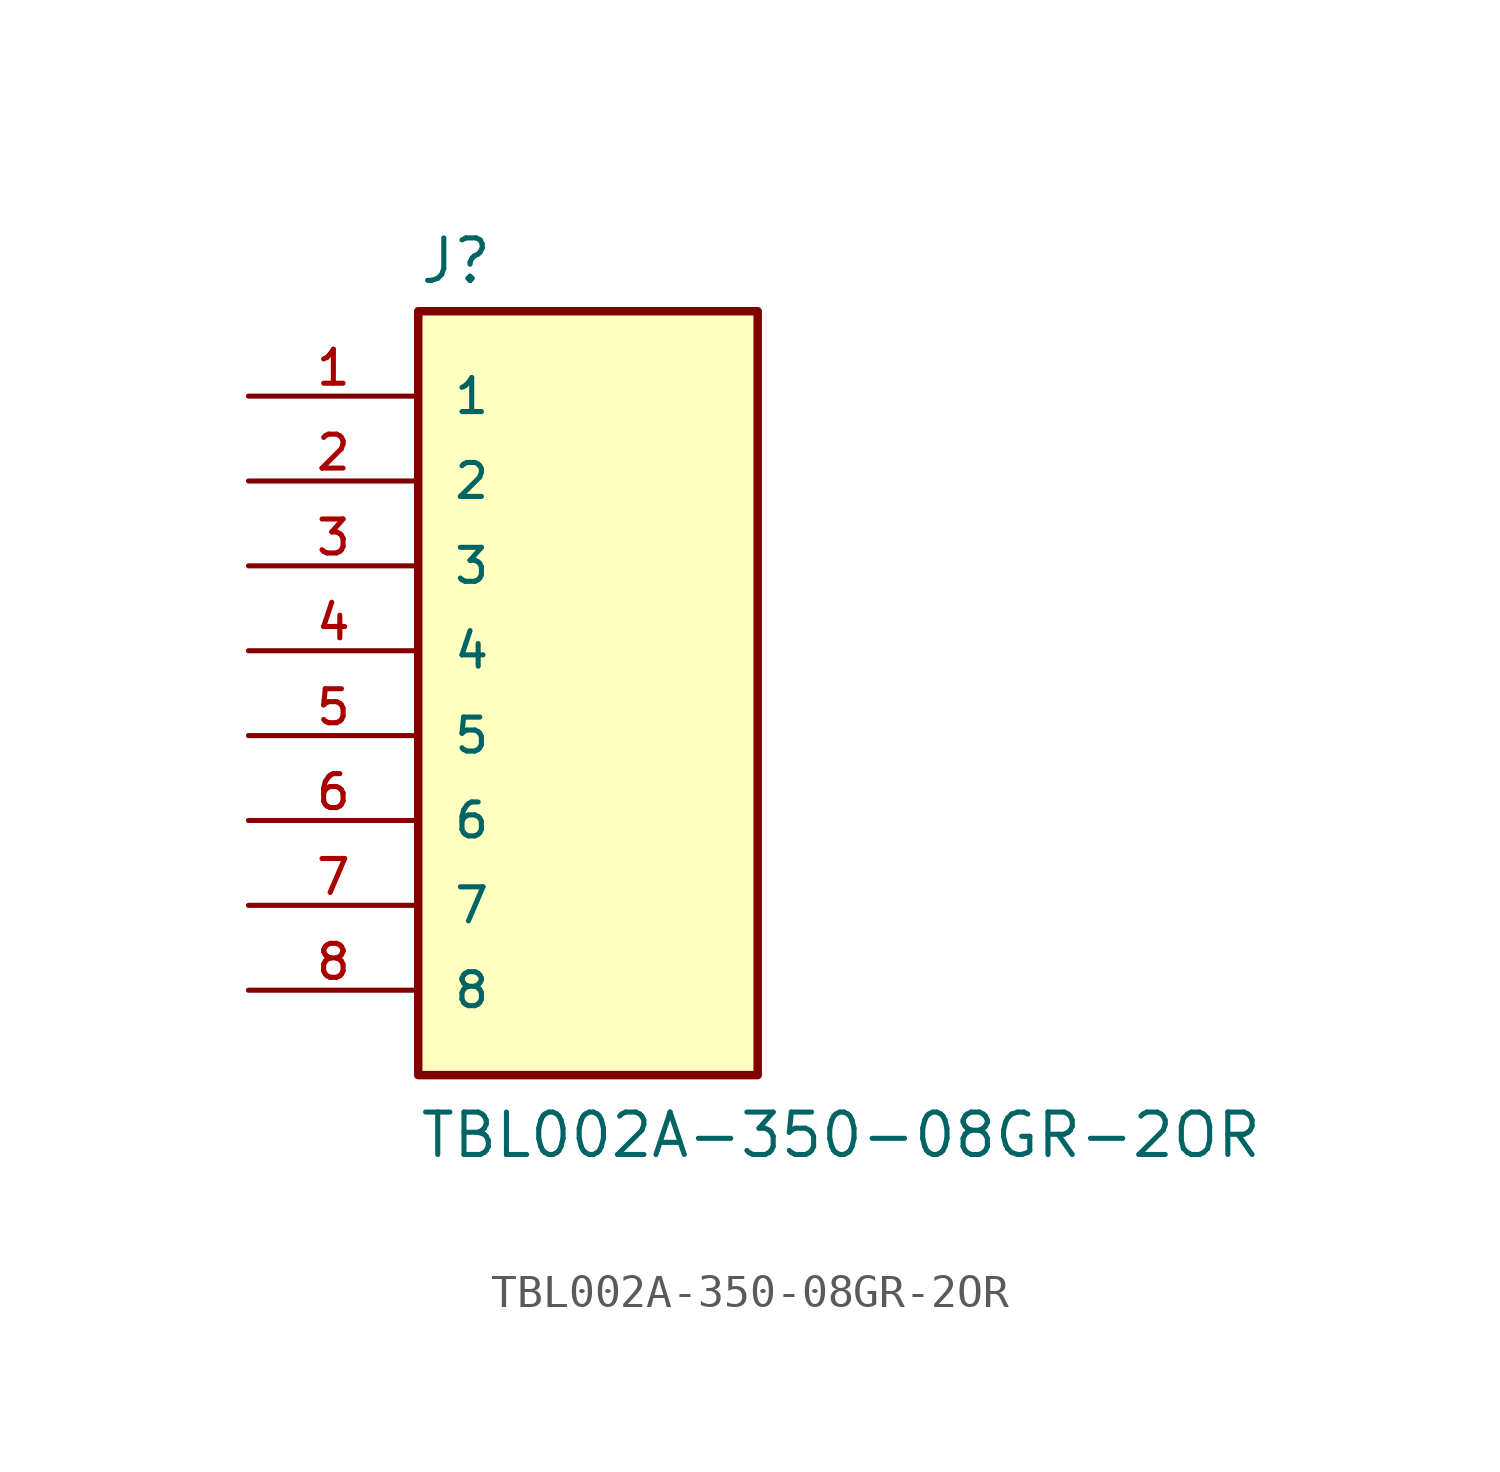
<source format=kicad_sym>
(kicad_symbol_lib
  (version 20211014)
  (generator kicad_symbol_editor)
  (symbol "TBL002A-350-08GR-2OR"
    (pin_names
      (offset 1.016))
    (property "Reference" "J"
      (at -5.08 10.922 0)
      (effects (font (size 1.27 1.27)) (justify bottom left)))
    (property "Value" "TBL002A-350-08GR-2OR"
      (at -5.08 -15.24 0)
      (effects (font (size 1.27 1.27)) (justify bottom left)))
    (symbol "TBL002A-350-08GR-2OR_0_0"
      (rectangle (start -5.08 -12.7) (end 5.08 10.16) (stroke (width 0.254)) (fill (type background)))
      (pin passive line (at -10.16 7.62 0) (length 5.08) (name "1" (effects (font (size 1.016 1.016)))) (number "1" (effects (font (size 1.016 1.016)))))
      (pin passive line (at -10.16 5.08 0) (length 5.08) (name "2" (effects (font (size 1.016 1.016)))) (number "2" (effects (font (size 1.016 1.016)))))
      (pin passive line (at -10.16 2.54 0) (length 5.08) (name "3" (effects (font (size 1.016 1.016)))) (number "3" (effects (font (size 1.016 1.016)))))
      (pin passive line (at -10.16 0.0 0) (length 5.08) (name "4" (effects (font (size 1.016 1.016)))) (number "4" (effects (font (size 1.016 1.016)))))
      (pin passive line (at -10.16 -2.54 0) (length 5.08) (name "5" (effects (font (size 1.016 1.016)))) (number "5" (effects (font (size 1.016 1.016)))))
      (pin passive line (at -10.16 -5.08 0) (length 5.08) (name "6" (effects (font (size 1.016 1.016)))) (number "6" (effects (font (size 1.016 1.016)))))
      (pin passive line (at -10.16 -7.62 0) (length 5.08) (name "7" (effects (font (size 1.016 1.016)))) (number "7" (effects (font (size 1.016 1.016)))))
      (pin passive line (at -10.16 -10.16 0) (length 5.08) (name "8" (effects (font (size 1.016 1.016)))) (number "8" (effects (font (size 1.016 1.016))))))))
</source>
